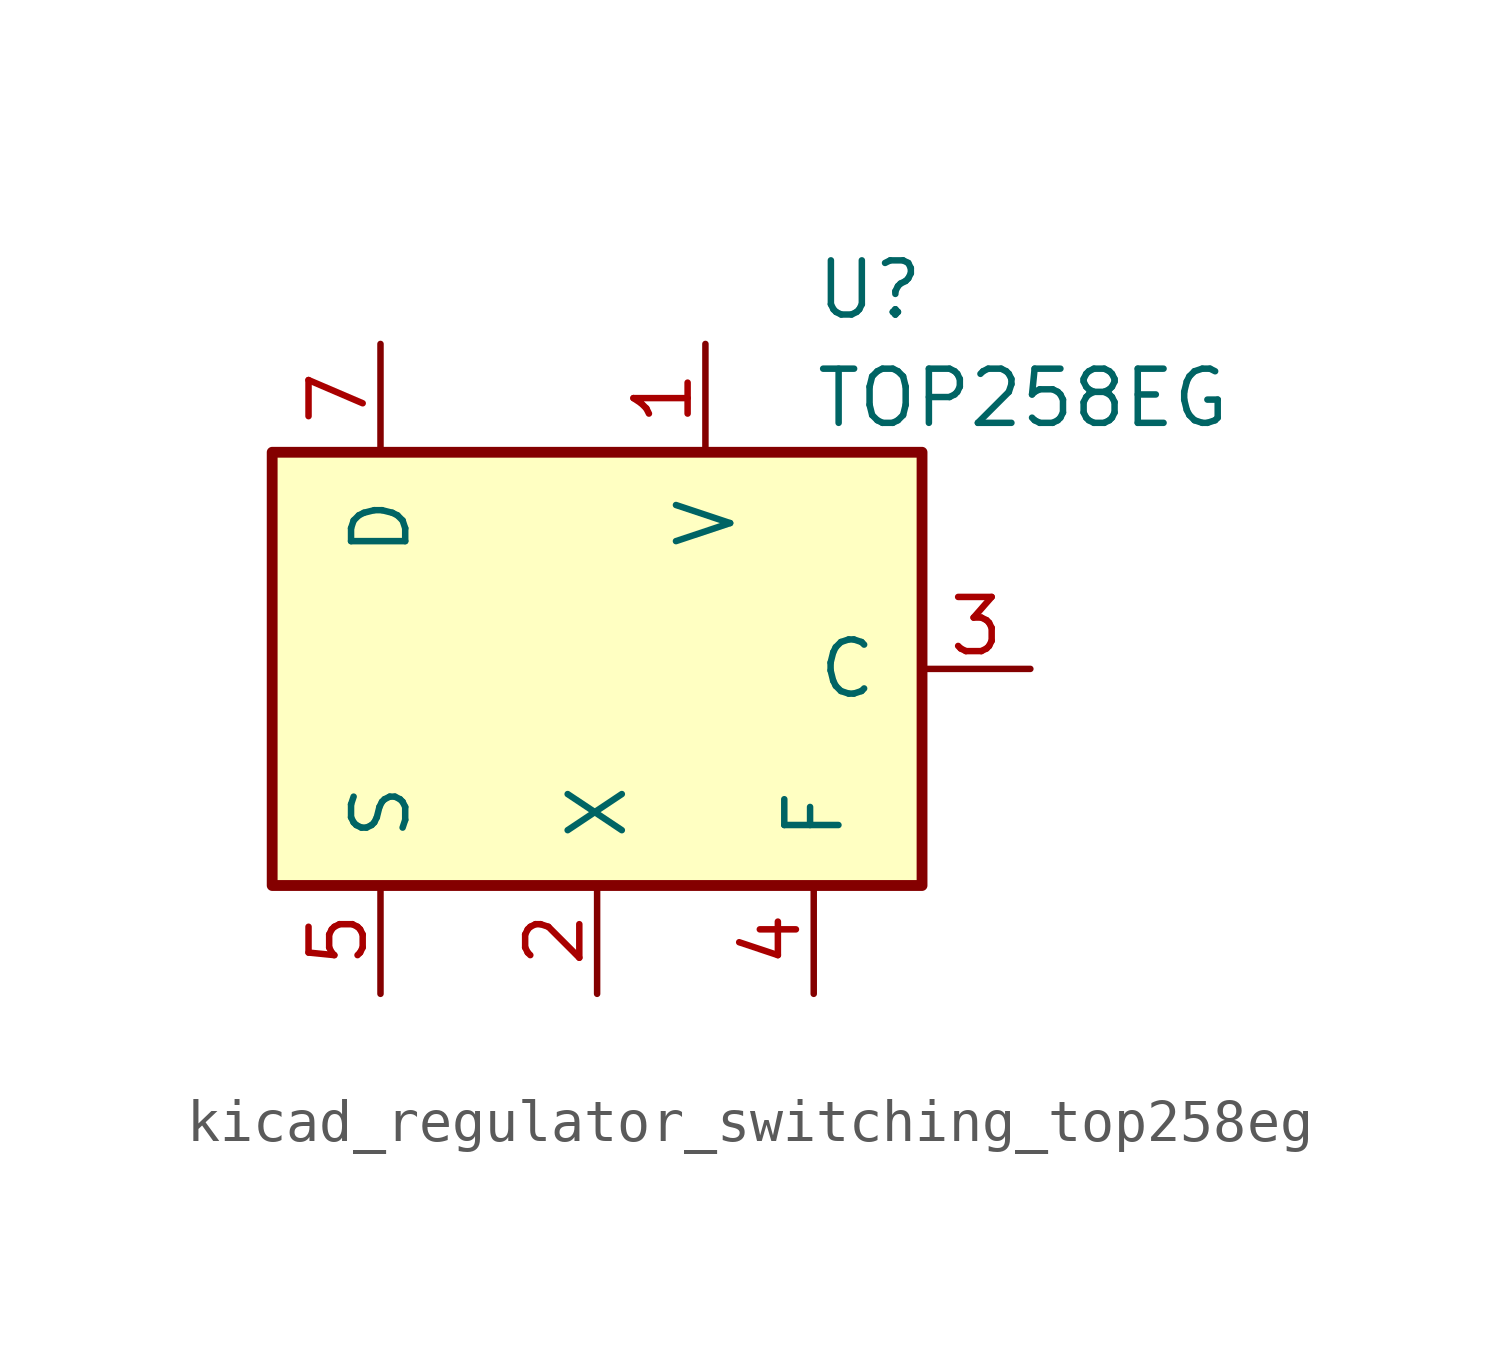
<source format=kicad_sym>
(kicad_symbol_lib
  (version 20220914)
  (generator kicad_symbol_editor)
  (symbol "kicad_regulator_switching_top258eg"
    (pin_names
      (offset 1.016))
    (property "Reference" "U"
      (at 5.08 8.89 0)
      (effects (font (size 1.27 1.27)) (justify left)))
    (property "Value" "TOP258EG"
      (at 5.08 6.35 0)
      (effects (font (size 1.27 1.27)) (justify left)))
    (symbol "kicad_regulator_switching_top258eg_0_1"
      (rectangle (start -7.62 5.08) (end 7.62 -5.08) (stroke (width 0.254) (type default)) (fill (type background))))
    (symbol "kicad_regulator_switching_top258eg_1_1"
      (pin input line (at 2.54 7.62 270) (length 2.54) (name "V" (effects (font (size 1.27 1.27)))) (number "1" (effects (font (size 1.27 1.27)))))
      (pin input line (at 0 -7.62 90) (length 2.54) (name "X" (effects (font (size 1.27 1.27)))) (number "2" (effects (font (size 1.27 1.27)))))
      (pin input line (at 10.16 0 180) (length 2.54) (name "C" (effects (font (size 1.27 1.27)))) (number "3" (effects (font (size 1.27 1.27)))))
      (pin passive line (at 5.08 -7.62 90) (length 2.54) (name "F" (effects (font (size 1.27 1.27)))) (number "4" (effects (font (size 1.27 1.27)))))
      (pin power_in line (at -5.08 -7.62 90) (length 2.54) (name "S" (effects (font (size 1.27 1.27)))) (number "5" (effects (font (size 1.27 1.27)))))
      (pin open_collector line (at -5.08 7.62 270) (length 2.54) (name "D" (effects (font (size 1.27 1.27)))) (number "7" (effects (font (size 1.27 1.27))))))))
</source>
